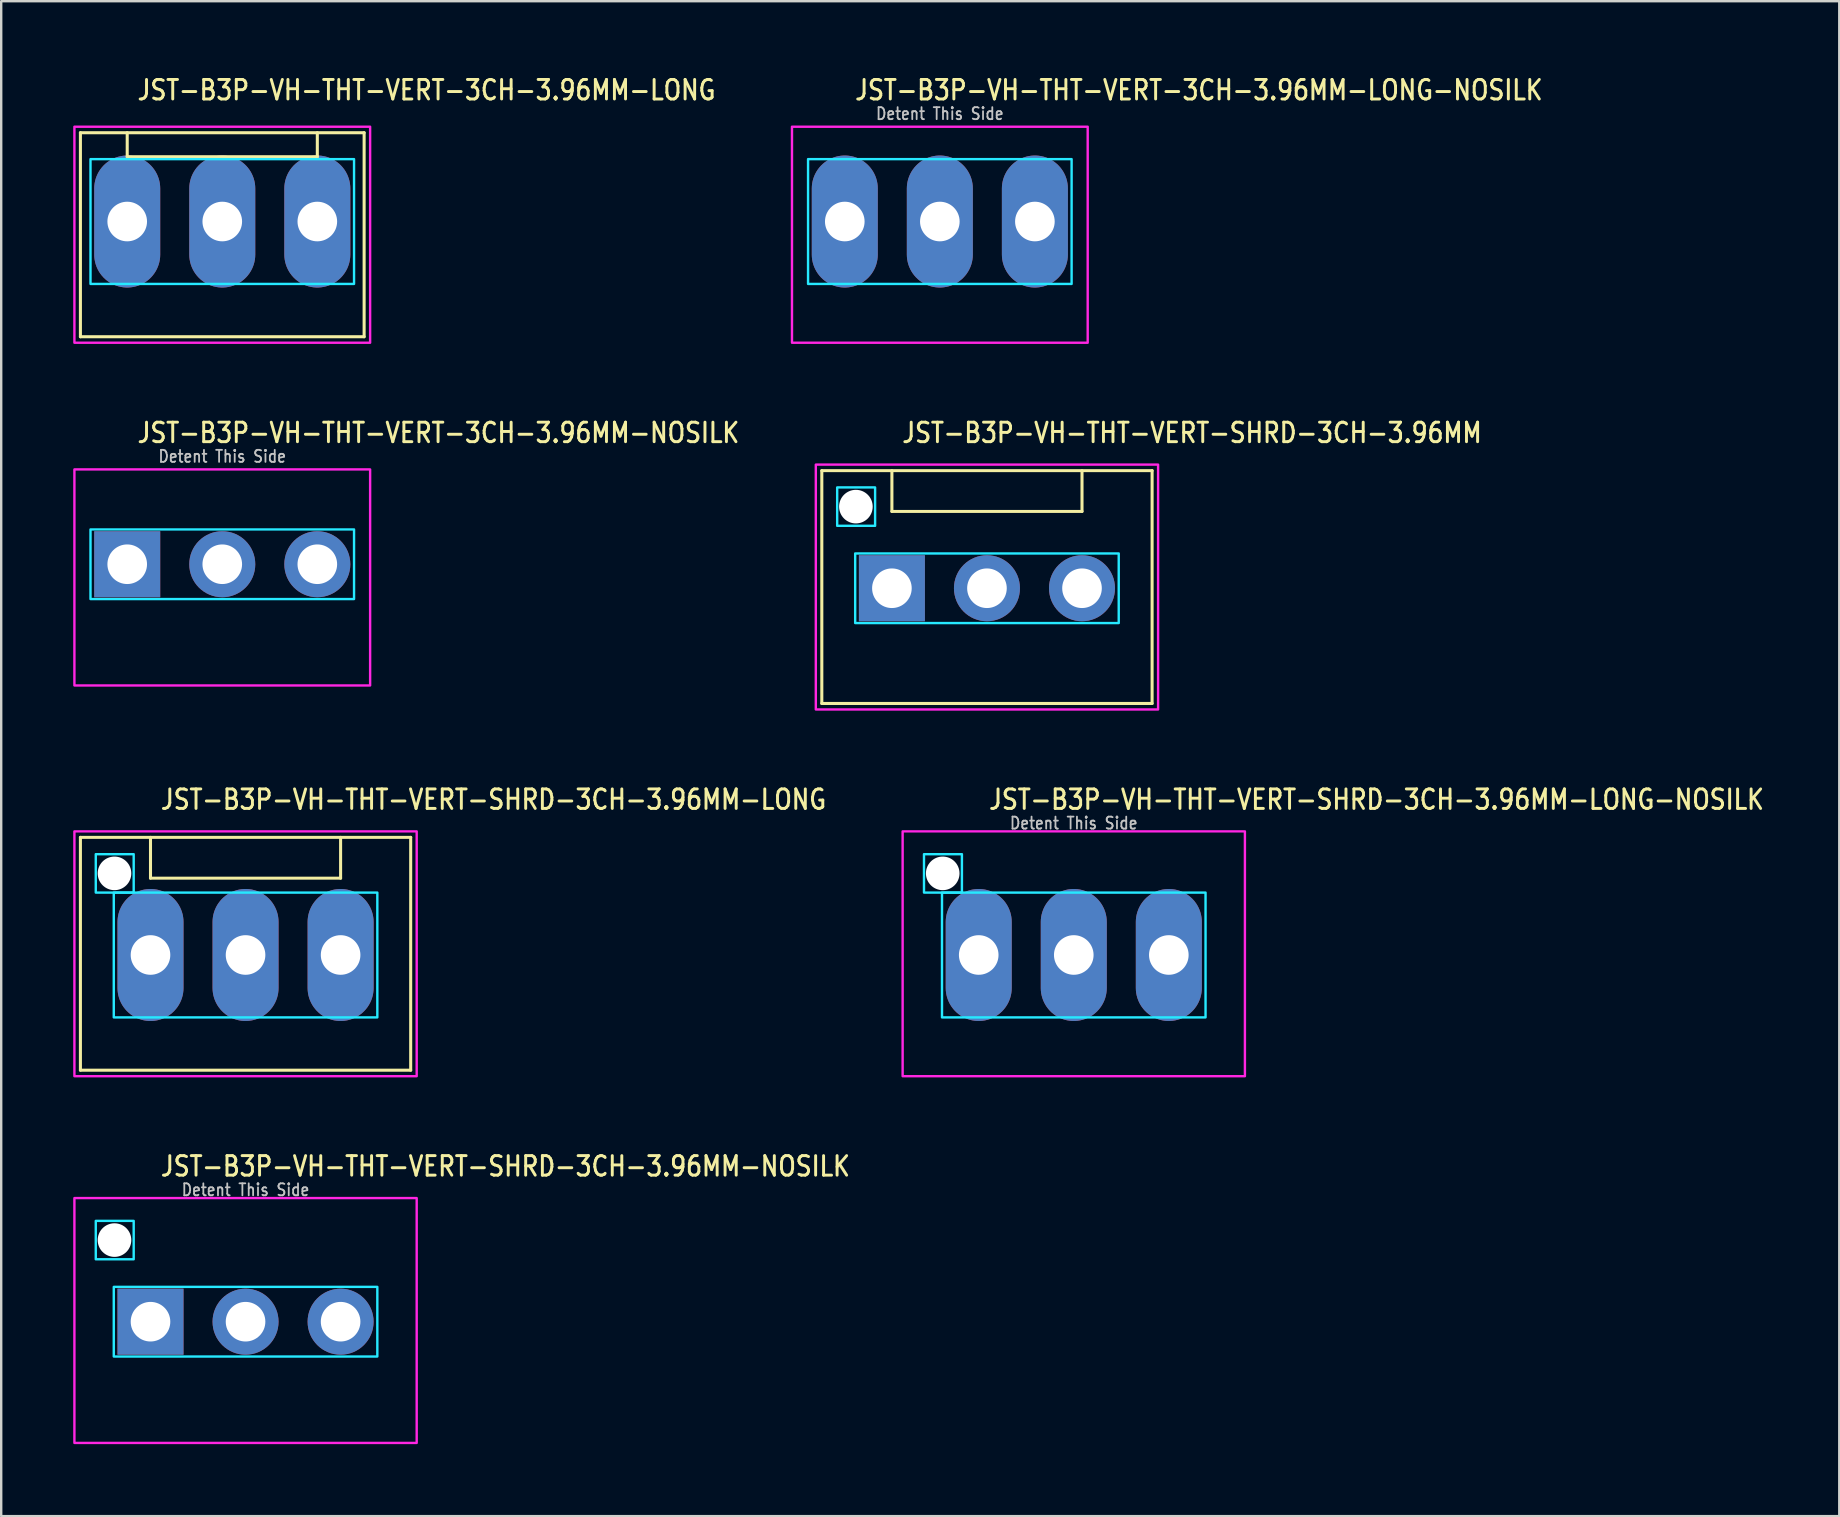
<source format=kicad_pcb>
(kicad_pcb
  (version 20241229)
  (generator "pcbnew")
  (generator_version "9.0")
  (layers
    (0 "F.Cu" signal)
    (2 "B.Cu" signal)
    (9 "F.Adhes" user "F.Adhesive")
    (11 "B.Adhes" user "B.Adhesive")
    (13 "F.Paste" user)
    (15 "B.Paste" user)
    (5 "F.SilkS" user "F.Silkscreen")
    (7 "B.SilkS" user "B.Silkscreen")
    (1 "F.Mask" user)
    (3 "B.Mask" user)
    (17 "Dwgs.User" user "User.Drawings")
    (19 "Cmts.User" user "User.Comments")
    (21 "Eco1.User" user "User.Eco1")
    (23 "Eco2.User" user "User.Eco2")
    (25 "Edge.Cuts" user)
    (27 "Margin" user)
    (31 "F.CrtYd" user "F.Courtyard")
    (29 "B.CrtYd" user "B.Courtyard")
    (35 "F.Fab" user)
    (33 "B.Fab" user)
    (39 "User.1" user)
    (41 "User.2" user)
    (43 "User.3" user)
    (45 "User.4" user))
  (footprint "JST-B3P-VH-THT-VERT-SHRD-3CH-3.96MM-LONG"
    (layer "F.Cu")
    (at 7.18 36.736)
    (property "Reference" "JST-B3P-VH-THT-VERT-SHRD-3CH-3.96MM-LONG" (at -3.6 -6 0) (unlocked yes) (layer "F.SilkS") (effects (font (size 0.813 0.695) (thickness 0.122)) (justify left bottom)))
    (fp_line (start -6.88 -4.9) (end 6.88 -4.9) (stroke (width 0.127) (type solid)) (layer "F.SilkS"))
    (fp_line (start -6.88 4.8) (end -6.88 -4.9) (stroke (width 0.127) (type solid)) (layer "F.SilkS"))
    (fp_line (start -6.88 4.8) (end 6.88 4.8) (stroke (width 0.127) (type solid)) (layer "F.SilkS"))
    (fp_line (start -3.96 -4.9) (end -3.96 -3.2) (stroke (width 0.127) (type solid)) (layer "F.SilkS"))
    (fp_line (start -3.96 -3.2) (end 3.96 -3.2) (stroke (width 0.127) (type solid)) (layer "F.SilkS"))
    (fp_line (start 3.96 -4.9) (end 3.96 -3.2) (stroke (width 0.127) (type solid)) (layer "F.SilkS"))
    (fp_line (start 6.88 -4.9) (end 6.88 4.8) (stroke (width 0.127) (type solid)) (layer "F.SilkS"))
    (fp_poly (pts (xy -5.49 -2.6) (xy -5.49 2.6) (xy 5.49 2.6) (xy 5.49 -2.6)) (stroke (width 0.1) (type solid)) (fill no) (layer "B.CrtYd"))
    (fp_poly (pts (xy -4.66 -4.2) (xy -4.66 -2.6) (xy -6.24 -2.6) (xy -6.24 -4.2)) (stroke (width 0.1) (type solid)) (fill no) (layer "B.CrtYd"))
    (fp_poly (pts (xy -7.13 -5.15) (xy -7.13 5.05) (xy 7.13 5.05) (xy 7.13 -5.15)) (stroke (width 0.1) (type solid)) (fill no) (layer "F.CrtYd"))
    (pad "" np_thru_hole circle (at -5.46 -3.4) (size 1.4 1.4) (drill 1.4) (layers "*.Cu" "*.Mask"))
    (pad "P$1" thru_hole oval (at -3.96 0 90) (size 5.5 2.75) (drill 1.65) (layers "*.Cu" "*.Mask"))
    (pad "P$2" thru_hole oval (at 0 0 90) (size 5.5 2.75) (drill 1.65) (layers "*.Cu" "*.Mask"))
    (pad "P$3" thru_hole oval (at 3.96 0 90) (size 5.5 2.75) (drill 1.65) (layers "*.Cu" "*.Mask")))
  (footprint "JST-B3P-VH-THT-VERT-SHRD-3CH-3.96MM-NOSILK"
    (layer "F.Cu")
    (at 7.18 52.014)
    (property "Reference" "JST-B3P-VH-THT-VERT-SHRD-3CH-3.96MM-NOSILK" (at -3.6 -6 0) (unlocked yes) (layer "F.SilkS") (effects (font (size 0.813 0.695) (thickness 0.122)) (justify left bottom)))
    (fp_poly (pts (xy -5.49 -1.45) (xy -5.49 1.45) (xy 5.49 1.45) (xy 5.49 -1.45)) (stroke (width 0.1) (type solid)) (fill no) (layer "B.CrtYd"))
    (fp_poly (pts (xy -4.66 -4.2) (xy -4.66 -2.6) (xy -6.24 -2.6) (xy -6.24 -4.2)) (stroke (width 0.1) (type solid)) (fill no) (layer "B.CrtYd"))
    (fp_poly (pts (xy -7.13 -5.15) (xy -7.13 5.05) (xy 7.13 5.05) (xy 7.13 -5.15)) (stroke (width 0.1) (type solid)) (fill no) (layer "F.CrtYd"))
    (fp_text user "Detent This Side" (at 0 -5.2 0) (unlocked yes) (layer "Dwgs.User") (effects (font (size 0.5 0.427) (thickness 0.075)) (justify bottom)))
    (pad "" np_thru_hole circle (at -5.46 -3.4) (size 1.4 1.4) (drill 1.4) (layers "*.Cu" "*.Mask"))
    (pad "P$1" thru_hole rect (at -3.96 0) (size 2.75 2.75) (drill 1.65) (layers "*.Cu" "*.Mask"))
    (pad "P$2" thru_hole oval (at 0 0) (size 2.75 2.75) (drill 1.65) (layers "*.Cu" "*.Mask"))
    (pad "P$3" thru_hole oval (at 3.96 0) (size 2.75 2.75) (drill 1.65) (layers "*.Cu" "*.Mask")))
  (footprint "JST-B3P-VH-THT-VERT-SHRD-3CH-3.96MM-LONG-NOSILK"
    (layer "F.Cu")
    (at 41.685 36.736)
    (property "Reference" "JST-B3P-VH-THT-VERT-SHRD-3CH-3.96MM-LONG-NOSILK" (at -3.6 -6 0) (unlocked yes) (layer "F.SilkS") (effects (font (size 0.813 0.695) (thickness 0.122)) (justify left bottom)))
    (fp_poly (pts (xy -5.49 -2.6) (xy -5.49 2.6) (xy 5.49 2.6) (xy 5.49 -2.6)) (stroke (width 0.1) (type solid)) (fill no) (layer "B.CrtYd"))
    (fp_poly (pts (xy -4.66 -4.2) (xy -4.66 -2.6) (xy -6.24 -2.6) (xy -6.24 -4.2)) (stroke (width 0.1) (type solid)) (fill no) (layer "B.CrtYd"))
    (fp_poly (pts (xy -7.13 -5.15) (xy -7.13 5.05) (xy 7.13 5.05) (xy 7.13 -5.15)) (stroke (width 0.1) (type solid)) (fill no) (layer "F.CrtYd"))
    (fp_text user "Detent This Side" (at 0 -5.2 0) (unlocked yes) (layer "Dwgs.User") (effects (font (size 0.5 0.427) (thickness 0.075)) (justify bottom)))
    (pad "" np_thru_hole circle (at -5.46 -3.4) (size 1.4 1.4) (drill 1.4) (layers "*.Cu" "*.Mask"))
    (pad "P$1" thru_hole oval (at -3.96 0 90) (size 5.5 2.75) (drill 1.65) (layers "*.Cu" "*.Mask"))
    (pad "P$2" thru_hole oval (at 0 0 90) (size 5.5 2.75) (drill 1.65) (layers "*.Cu" "*.Mask"))
    (pad "P$3" thru_hole oval (at 3.96 0 90) (size 5.5 2.75) (drill 1.65) (layers "*.Cu" "*.Mask")))
  (footprint "JST-B3P-VH-THT-VERT-3CH-3.96MM-LONG"
    (layer "F.Cu")
    (at 6.21 6.179)
    (property "Reference" "JST-B3P-VH-THT-VERT-3CH-3.96MM-LONG" (at -3.6 -5 0) (unlocked yes) (layer "F.SilkS") (effects (font (size 0.813 0.695) (thickness 0.122)) (justify left bottom)))
    (fp_line (start -5.91 -3.7) (end 5.91 -3.7) (stroke (width 0.127) (type solid)) (layer "F.SilkS"))
    (fp_line (start -5.91 4.8) (end -5.91 -3.7) (stroke (width 0.127) (type solid)) (layer "F.SilkS"))
    (fp_line (start -5.91 4.8) (end 5.91 4.8) (stroke (width 0.127) (type solid)) (layer "F.SilkS"))
    (fp_line (start -3.96 -3.7) (end -3.96 -2.7) (stroke (width 0.127) (type solid)) (layer "F.SilkS"))
    (fp_line (start -3.96 -2.7) (end 3.96 -2.7) (stroke (width 0.127) (type solid)) (layer "F.SilkS"))
    (fp_line (start 3.96 -3.7) (end 3.96 -2.7) (stroke (width 0.127) (type solid)) (layer "F.SilkS"))
    (fp_line (start 5.91 -3.7) (end 5.91 4.8) (stroke (width 0.127) (type solid)) (layer "F.SilkS"))
    (fp_poly (pts (xy -5.49 -2.6) (xy -5.49 2.6) (xy 5.49 2.6) (xy 5.49 -2.6)) (stroke (width 0.1) (type solid)) (fill no) (layer "B.CrtYd"))
    (fp_poly (pts (xy -6.16 -3.95) (xy -6.16 5.05) (xy 6.16 5.05) (xy 6.16 -3.95)) (stroke (width 0.1) (type solid)) (fill no) (layer "F.CrtYd"))
    (pad "P$1" thru_hole oval (at -3.96 0 90) (size 5.5 2.75) (drill 1.65) (layers "*.Cu" "*.Mask"))
    (pad "P$2" thru_hole oval (at 0 0 90) (size 5.5 2.75) (drill 1.65) (layers "*.Cu" "*.Mask"))
    (pad "P$3" thru_hole oval (at 3.96 0 90) (size 5.5 2.75) (drill 1.65) (layers "*.Cu" "*.Mask")))
  (footprint "JST-B3P-VH-THT-VERT-3CH-3.96MM-NOSILK"
    (layer "F.Cu")
    (at 6.21 20.457)
    (property "Reference" "JST-B3P-VH-THT-VERT-3CH-3.96MM-NOSILK" (at -3.6 -5 0) (unlocked yes) (layer "F.SilkS") (effects (font (size 0.813 0.695) (thickness 0.122)) (justify left bottom)))
    (fp_poly (pts (xy -5.49 -1.45) (xy -5.49 1.45) (xy 5.49 1.45) (xy 5.49 -1.45)) (stroke (width 0.1) (type solid)) (fill no) (layer "B.CrtYd"))
    (fp_poly (pts (xy -6.16 -3.95) (xy -6.16 5.05) (xy 6.16 5.05) (xy 6.16 -3.95)) (stroke (width 0.1) (type solid)) (fill no) (layer "F.CrtYd"))
    (fp_text user "Detent This Side" (at 0 -4.2 0) (unlocked yes) (layer "Dwgs.User") (effects (font (size 0.5 0.427) (thickness 0.075)) (justify bottom)))
    (pad "P$1" thru_hole rect (at -3.96 0) (size 2.75 2.75) (drill 1.65) (layers "*.Cu" "*.Mask"))
    (pad "P$2" thru_hole oval (at 0 0) (size 2.75 2.75) (drill 1.65) (layers "*.Cu" "*.Mask"))
    (pad "P$3" thru_hole oval (at 3.96 0) (size 2.75 2.75) (drill 1.65) (layers "*.Cu" "*.Mask")))
  (footprint "JST-B3P-VH-THT-VERT-SHRD-3CH-3.96MM"
    (layer "F.Cu")
    (at 38.068 21.457)
    (property "Reference" "JST-B3P-VH-THT-VERT-SHRD-3CH-3.96MM" (at -3.6 -6 0) (unlocked yes) (layer "F.SilkS") (effects (font (size 0.813 0.695) (thickness 0.122)) (justify left bottom)))
    (fp_line (start -6.88 -4.9) (end 6.88 -4.9) (stroke (width 0.127) (type solid)) (layer "F.SilkS"))
    (fp_line (start -6.88 4.8) (end -6.88 -4.9) (stroke (width 0.127) (type solid)) (layer "F.SilkS"))
    (fp_line (start -6.88 4.8) (end 6.88 4.8) (stroke (width 0.127) (type solid)) (layer "F.SilkS"))
    (fp_line (start -3.96 -4.9) (end -3.96 -3.2) (stroke (width 0.127) (type solid)) (layer "F.SilkS"))
    (fp_line (start -3.96 -3.2) (end 3.96 -3.2) (stroke (width 0.127) (type solid)) (layer "F.SilkS"))
    (fp_line (start 3.96 -4.9) (end 3.96 -3.2) (stroke (width 0.127) (type solid)) (layer "F.SilkS"))
    (fp_line (start 6.88 -4.9) (end 6.88 4.8) (stroke (width 0.127) (type solid)) (layer "F.SilkS"))
    (fp_poly (pts (xy -5.49 -1.45) (xy -5.49 1.45) (xy 5.49 1.45) (xy 5.49 -1.45)) (stroke (width 0.1) (type solid)) (fill no) (layer "B.CrtYd"))
    (fp_poly (pts (xy -4.66 -4.2) (xy -4.66 -2.6) (xy -6.24 -2.6) (xy -6.24 -4.2)) (stroke (width 0.1) (type solid)) (fill no) (layer "B.CrtYd"))
    (fp_poly (pts (xy -7.13 -5.15) (xy -7.13 5.05) (xy 7.13 5.05) (xy 7.13 -5.15)) (stroke (width 0.1) (type solid)) (fill no) (layer "F.CrtYd"))
    (pad "" np_thru_hole circle (at -5.46 -3.4) (size 1.4 1.4) (drill 1.4) (layers "*.Cu" "*.Mask"))
    (pad "P$1" thru_hole rect (at -3.96 0) (size 2.75 2.75) (drill 1.65) (layers "*.Cu" "*.Mask"))
    (pad "P$2" thru_hole oval (at 0 0) (size 2.75 2.75) (drill 1.65) (layers "*.Cu" "*.Mask"))
    (pad "P$3" thru_hole oval (at 3.96 0) (size 2.75 2.75) (drill 1.65) (layers "*.Cu" "*.Mask")))
  (footprint "JST-B3P-VH-THT-VERT-3CH-3.96MM-LONG-NOSILK"
    (layer "F.Cu")
    (at 36.105 6.179)
    (property "Reference" "JST-B3P-VH-THT-VERT-3CH-3.96MM-LONG-NOSILK" (at -3.6 -5 0) (unlocked yes) (layer "F.SilkS") (effects (font (size 0.813 0.695) (thickness 0.122)) (justify left bottom)))
    (fp_poly (pts (xy -5.49 -2.6) (xy -5.49 2.6) (xy 5.49 2.6) (xy 5.49 -2.6)) (stroke (width 0.1) (type solid)) (fill no) (layer "B.CrtYd"))
    (fp_poly (pts (xy -6.16 -3.95) (xy -6.16 5.05) (xy 6.16 5.05) (xy 6.16 -3.95)) (stroke (width 0.1) (type solid)) (fill no) (layer "F.CrtYd"))
    (fp_text user "Detent This Side" (at 0 -4.2 0) (unlocked yes) (layer "Dwgs.User") (effects (font (size 0.5 0.427) (thickness 0.075)) (justify bottom)))
    (pad "P$1" thru_hole oval (at -3.96 0 90) (size 5.5 2.75) (drill 1.65) (layers "*.Cu" "*.Mask"))
    (pad "P$2" thru_hole oval (at 0 0 90) (size 5.5 2.75) (drill 1.65) (layers "*.Cu" "*.Mask"))
    (pad "P$3" thru_hole oval (at 3.96 0 90) (size 5.5 2.75) (drill 1.65) (layers "*.Cu" "*.Mask")))
  (gr_rect
    (start -3 -3)
    (end 73.577 60.114)
    (stroke (width 0.1) (type default))
    (fill no)
    (layer "Edge.Cuts")))
</source>
